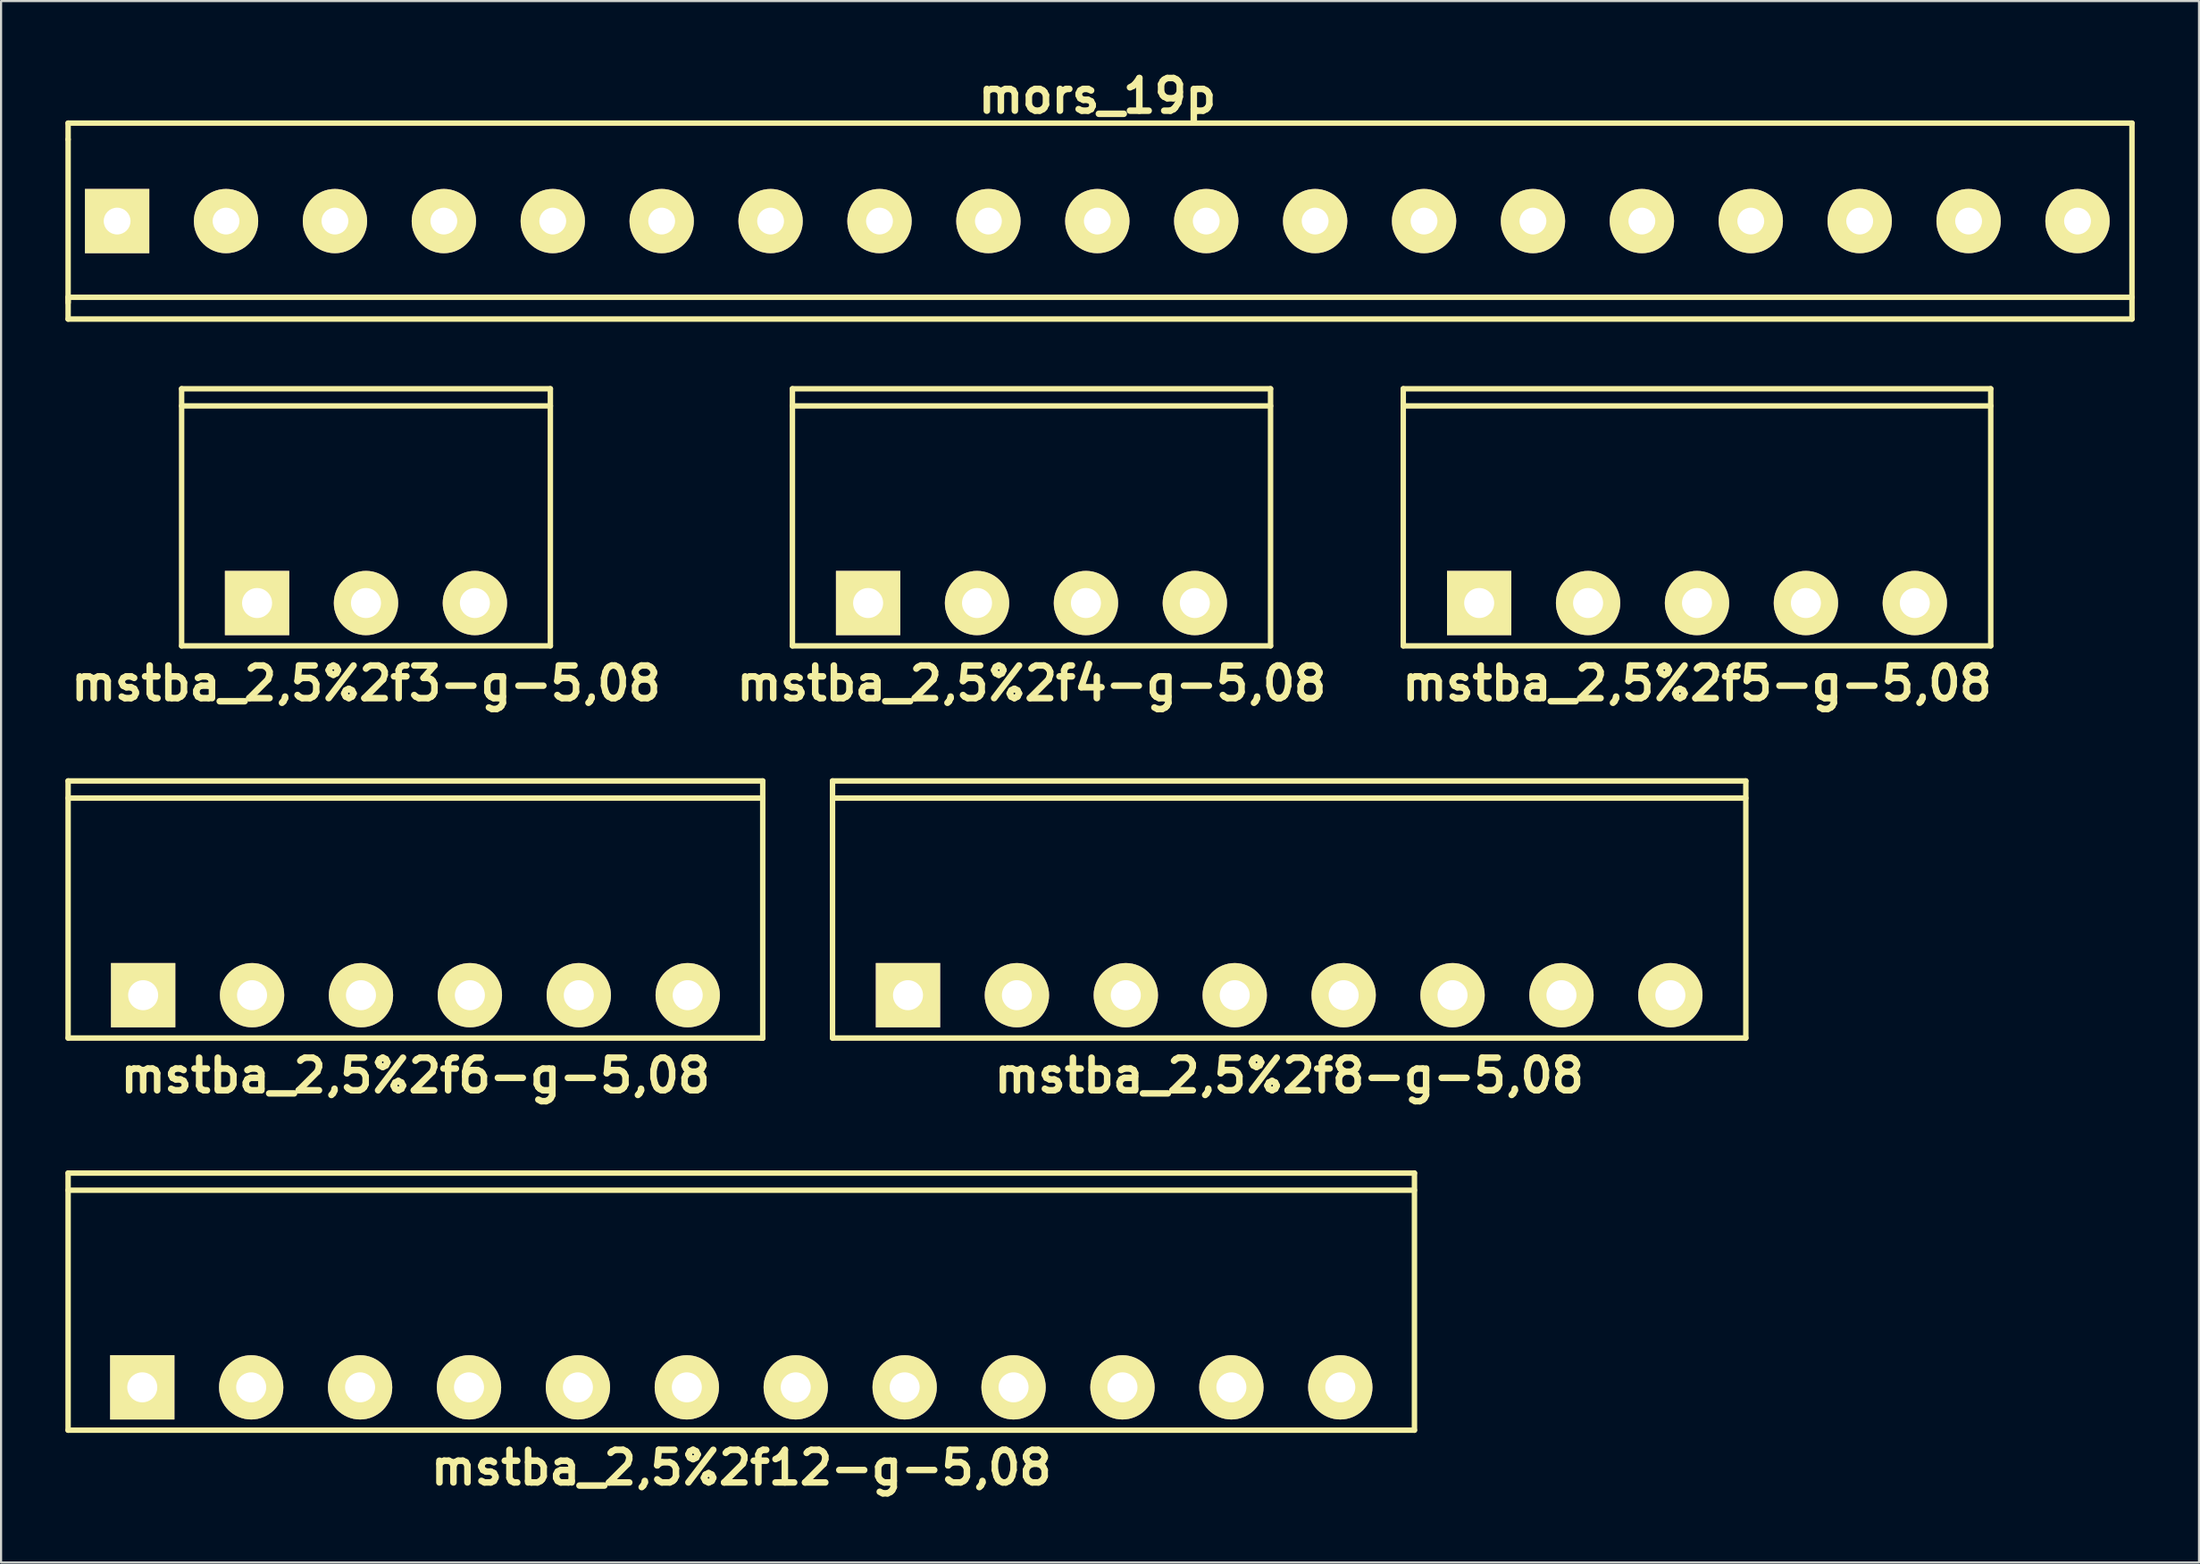
<source format=kicad_pcb>
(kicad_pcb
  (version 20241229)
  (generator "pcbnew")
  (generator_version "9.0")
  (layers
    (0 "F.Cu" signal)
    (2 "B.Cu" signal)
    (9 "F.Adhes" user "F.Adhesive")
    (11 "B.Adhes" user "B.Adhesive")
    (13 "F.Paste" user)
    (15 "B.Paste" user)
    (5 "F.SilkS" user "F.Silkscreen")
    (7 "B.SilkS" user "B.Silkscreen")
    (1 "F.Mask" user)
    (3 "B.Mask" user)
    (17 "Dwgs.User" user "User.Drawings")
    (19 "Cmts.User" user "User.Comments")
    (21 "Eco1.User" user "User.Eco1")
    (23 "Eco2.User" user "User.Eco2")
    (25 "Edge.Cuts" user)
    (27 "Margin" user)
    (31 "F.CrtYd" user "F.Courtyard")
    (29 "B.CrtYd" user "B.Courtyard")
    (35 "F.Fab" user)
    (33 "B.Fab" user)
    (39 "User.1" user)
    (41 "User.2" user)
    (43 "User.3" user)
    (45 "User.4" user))
  (footprint "mstba_2,5%2f3-g-5,08"
    (layer "F.Cu")
    (at 14.021 25.094)
    (property "Reference" "mstba_2,5%2f3-g-5,08" (at 0 3.749 0) (layer "F.SilkS") (effects (font (size 1.524 1.524) (thickness 0.305))))
    (attr through_hole)
    (fp_line (start -8.6 -9.2) (end 8.6 -9.2) (stroke (width 0.254) (type solid)) (layer "F.SilkS"))
    (fp_line (start -8.6 1.999) (end -8.6 -10) (stroke (width 0.254) (type solid)) (layer "F.SilkS"))
    (fp_line (start -8.6 1.999) (end 8.6 1.999) (stroke (width 0.254) (type solid)) (layer "F.SilkS"))
    (fp_line (start 8.6 -10) (end -8.6 -10) (stroke (width 0.254) (type solid)) (layer "F.SilkS"))
    (fp_line (start 8.6 1.999) (end 8.6 -10) (stroke (width 0.254) (type solid)) (layer "F.SilkS"))
    (pad "1" thru_hole rect (at -5.08 0) (size 3 3) (drill 1.4) (layers "*.Cu" "*.Mask" "F.SilkS"))
    (pad "2" thru_hole circle (at 0 0) (size 3 3) (drill 1.4) (layers "*.Cu" "*.Mask" "F.SilkS"))
    (pad "3" thru_hole circle (at 5.08 0) (size 3 3) (drill 1.4) (layers "*.Cu" "*.Mask" "F.SilkS")))
  (footprint "mstba_2,5%2f5-g-5,08"
    (layer "F.Cu")
    (at 76.104 25.094)
    (property "Reference" "mstba_2,5%2f5-g-5,08" (at 0 3.749 0) (layer "F.SilkS") (effects (font (size 1.524 1.524) (thickness 0.305))))
    (attr through_hole)
    (fp_line (start -13.701 -10) (end 13.701 -10) (stroke (width 0.254) (type solid)) (layer "F.SilkS"))
    (fp_line (start -13.701 1.999) (end -13.701 -10) (stroke (width 0.254) (type solid)) (layer "F.SilkS"))
    (fp_line (start -13.701 1.999) (end 13.701 1.999) (stroke (width 0.254) (type solid)) (layer "F.SilkS"))
    (fp_line (start 13.701 -10) (end 13.701 1.999) (stroke (width 0.254) (type solid)) (layer "F.SilkS"))
    (fp_line (start 13.701 -9.2) (end -13.701 -9.2) (stroke (width 0.254) (type solid)) (layer "F.SilkS"))
    (pad "1" thru_hole rect (at -10.16 0) (size 3 3) (drill 1.4) (layers "*.Cu" "*.Mask" "F.SilkS"))
    (pad "2" thru_hole circle (at -5.08 0) (size 3 3) (drill 1.4) (layers "*.Cu" "*.Mask" "F.SilkS"))
    (pad "3" thru_hole circle (at 0 0) (size 3 3) (drill 1.4) (layers "*.Cu" "*.Mask" "F.SilkS"))
    (pad "4" thru_hole circle (at 5.08 0) (size 3 3) (drill 1.4) (layers "*.Cu" "*.Mask" "F.SilkS"))
    (pad "5" thru_hole circle (at 10.16 0) (size 3 3) (drill 1.4) (layers "*.Cu" "*.Mask" "F.SilkS")))
  (footprint "mstba_2,5%2f12-g-5,08"
    (layer "F.Cu")
    (at 31.526 61.699)
    (property "Reference" "mstba_2,5%2f12-g-5,08" (at 0 3.749 0) (layer "F.SilkS") (effects (font (size 1.524 1.524) (thickness 0.305))))
    (attr through_hole)
    (fp_line (start -31.399 -10) (end -31.399 1.999) (stroke (width 0.254) (type solid)) (layer "F.SilkS"))
    (fp_line (start -31.399 -9.2) (end 31.399 -9.2) (stroke (width 0.254) (type solid)) (layer "F.SilkS"))
    (fp_line (start -31.399 1.999) (end 31.399 1.999) (stroke (width 0.254) (type solid)) (layer "F.SilkS"))
    (fp_line (start 31.399 -10) (end -31.399 -10) (stroke (width 0.254) (type solid)) (layer "F.SilkS"))
    (fp_line (start 31.399 1.999) (end 31.399 -10) (stroke (width 0.254) (type solid)) (layer "F.SilkS"))
    (pad "1" thru_hole rect (at -27.94 0) (size 3 3) (drill 1.4) (layers "*.Cu" "*.Mask" "F.SilkS"))
    (pad "2" thru_hole circle (at -22.86 0) (size 3 3) (drill 1.4) (layers "*.Cu" "*.Mask" "F.SilkS"))
    (pad "3" thru_hole circle (at -17.78 0) (size 3 3) (drill 1.4) (layers "*.Cu" "*.Mask" "F.SilkS"))
    (pad "4" thru_hole circle (at -12.7 0) (size 3 3) (drill 1.4) (layers "*.Cu" "*.Mask" "F.SilkS"))
    (pad "5" thru_hole circle (at -7.62 0) (size 3 3) (drill 1.4) (layers "*.Cu" "*.Mask" "F.SilkS"))
    (pad "6" thru_hole circle (at -2.54 0) (size 3 3) (drill 1.4) (layers "*.Cu" "*.Mask" "F.SilkS"))
    (pad "7" thru_hole circle (at 2.54 0) (size 3 3) (drill 1.4) (layers "*.Cu" "*.Mask" "F.SilkS"))
    (pad "8" thru_hole circle (at 7.62 0) (size 3 3) (drill 1.4) (layers "*.Cu" "*.Mask" "F.SilkS"))
    (pad "9" thru_hole circle (at 12.7 0) (size 3 3) (drill 1.4) (layers "*.Cu" "*.Mask" "F.SilkS"))
    (pad "10" thru_hole circle (at 17.78 0) (size 3 3) (drill 1.4) (layers "*.Cu" "*.Mask" "F.SilkS"))
    (pad "11" thru_hole circle (at 22.86 0) (size 3 3) (drill 1.4) (layers "*.Cu" "*.Mask" "F.SilkS"))
    (pad "12" thru_hole circle (at 27.94 0) (size 3 3) (drill 1.4) (layers "*.Cu" "*.Mask" "F.SilkS")))
  (footprint "mstba_2,5%2f6-g-5,08"
    (layer "F.Cu")
    (at 16.327 43.397)
    (property "Reference" "mstba_2,5%2f6-g-5,08" (at 0 3.749 0) (layer "F.SilkS") (effects (font (size 1.524 1.524) (thickness 0.305))))
    (attr through_hole)
    (fp_line (start -16.2 -10) (end 16.2 -10) (stroke (width 0.254) (type solid)) (layer "F.SilkS"))
    (fp_line (start -16.2 1.999) (end -16.2 -10) (stroke (width 0.254) (type solid)) (layer "F.SilkS"))
    (fp_line (start -16.2 1.999) (end 16.2 1.999) (stroke (width 0.254) (type solid)) (layer "F.SilkS"))
    (fp_line (start 16.2 -10) (end 16.2 1.999) (stroke (width 0.254) (type solid)) (layer "F.SilkS"))
    (fp_line (start 16.2 -9.2) (end -16.2 -9.2) (stroke (width 0.254) (type solid)) (layer "F.SilkS"))
    (fp_line (start 16.2 1.999) (end 16.101 1.999) (stroke (width 0.254) (type solid)) (layer "F.SilkS"))
    (pad "1" thru_hole rect (at -12.7 0) (size 3 3) (drill 1.4) (layers "*.Cu" "*.Mask" "F.SilkS"))
    (pad "2" thru_hole circle (at -7.62 0) (size 3 3) (drill 1.4) (layers "*.Cu" "*.Mask" "F.SilkS"))
    (pad "3" thru_hole circle (at -2.54 0) (size 3 3) (drill 1.4) (layers "*.Cu" "*.Mask" "F.SilkS"))
    (pad "4" thru_hole circle (at 2.54 0) (size 3 3) (drill 1.4) (layers "*.Cu" "*.Mask" "F.SilkS"))
    (pad "5" thru_hole circle (at 7.62 0) (size 3 3) (drill 1.4) (layers "*.Cu" "*.Mask" "F.SilkS"))
    (pad "6" thru_hole circle (at 12.7 0) (size 3 3) (drill 1.4) (layers "*.Cu" "*.Mask" "F.SilkS")))
  (footprint "mstba_2,5%2f8-g-5,08"
    (layer "F.Cu")
    (at 57.082 43.397)
    (property "Reference" "mstba_2,5%2f8-g-5,08" (at 0 3.749 0) (layer "F.SilkS") (effects (font (size 1.524 1.524) (thickness 0.305))))
    (attr through_hole)
    (fp_line (start -21.3 -10) (end -21.3 1.999) (stroke (width 0.254) (type solid)) (layer "F.SilkS"))
    (fp_line (start -21.3 -9.2) (end 21.3 -9.2) (stroke (width 0.254) (type solid)) (layer "F.SilkS"))
    (fp_line (start -21.3 1.999) (end 21.3 1.999) (stroke (width 0.254) (type solid)) (layer "F.SilkS"))
    (fp_line (start 21.3 -10) (end -21.3 -10) (stroke (width 0.254) (type solid)) (layer "F.SilkS"))
    (fp_line (start 21.3 1.999) (end 21.3 -10) (stroke (width 0.254) (type solid)) (layer "F.SilkS"))
    (pad "1" thru_hole rect (at -17.78 0) (size 3 3) (drill 1.4) (layers "*.Cu" "*.Mask" "F.SilkS"))
    (pad "2" thru_hole circle (at -12.7 0) (size 3 3) (drill 1.4) (layers "*.Cu" "*.Mask" "F.SilkS"))
    (pad "3" thru_hole circle (at -7.62 0) (size 3 3) (drill 1.4) (layers "*.Cu" "*.Mask" "F.SilkS"))
    (pad "4" thru_hole circle (at -2.54 0) (size 3 3) (drill 1.4) (layers "*.Cu" "*.Mask" "F.SilkS"))
    (pad "5" thru_hole circle (at 2.54 0) (size 3 3) (drill 1.4) (layers "*.Cu" "*.Mask" "F.SilkS"))
    (pad "6" thru_hole circle (at 7.62 0) (size 3 3) (drill 1.4) (layers "*.Cu" "*.Mask" "F.SilkS"))
    (pad "7" thru_hole circle (at 12.7 0) (size 3 3) (drill 1.4) (layers "*.Cu" "*.Mask" "F.SilkS"))
    (pad "8" thru_hole circle (at 17.78 0) (size 3 3) (drill 1.4) (layers "*.Cu" "*.Mask" "F.SilkS")))
  (footprint "mors_19p"
    (layer "F.Cu")
    (at 48.133 7.268)
    (property "Reference" "mors_19p" (at 0 -5.842 0) (layer "F.SilkS") (effects (font (size 1.524 1.524) (thickness 0.305))))
    (attr through_hole)
    (fp_line (start -48.006 -4.572) (end -48.006 -3.81) (stroke (width 0.254) (type solid)) (layer "F.SilkS"))
    (fp_line (start -48.006 3.81) (end -48.006 -3.81) (stroke (width 0.254) (type solid)) (layer "F.SilkS"))
    (fp_line (start -48.006 4.572) (end -48.006 3.556) (stroke (width 0.254) (type solid)) (layer "F.SilkS"))
    (fp_line (start -48.006 4.572) (end 48.26 4.572) (stroke (width 0.254) (type solid)) (layer "F.SilkS"))
    (fp_line (start 48.26 -4.572) (end -48.006 -4.572) (stroke (width 0.254) (type solid)) (layer "F.SilkS"))
    (fp_line (start 48.26 -4.572) (end 48.26 4.572) (stroke (width 0.254) (type solid)) (layer "F.SilkS"))
    (fp_line (start 48.26 3.556) (end -48.006 3.556) (stroke (width 0.254) (type solid)) (layer "F.SilkS"))
    (pad "1" thru_hole rect (at -45.72 0) (size 3 3) (drill 1.25) (layers "*.Cu" "*.Mask" "F.SilkS"))
    (pad "2" thru_hole circle (at -40.64 0) (size 3 3) (drill 1.25) (layers "*.Cu" "*.Mask" "F.SilkS"))
    (pad "3" thru_hole circle (at -35.56 0) (size 3 3) (drill 1.25) (layers "*.Cu" "*.Mask" "F.SilkS"))
    (pad "4" thru_hole circle (at -30.48 0) (size 3 3) (drill 1.25) (layers "*.Cu" "*.Mask" "F.SilkS"))
    (pad "5" thru_hole circle (at -25.4 0) (size 3 3) (drill 1.25) (layers "*.Cu" "*.Mask" "F.SilkS"))
    (pad "6" thru_hole circle (at -20.32 0) (size 3 3) (drill 1.25) (layers "*.Cu" "*.Mask" "F.SilkS"))
    (pad "7" thru_hole circle (at -15.24 0) (size 3 3) (drill 1.25) (layers "*.Cu" "*.Mask" "F.SilkS"))
    (pad "8" thru_hole circle (at -10.16 0) (size 3 3) (drill 1.25) (layers "*.Cu" "*.Mask" "F.SilkS"))
    (pad "9" thru_hole circle (at -5.08 0) (size 3 3) (drill 1.25) (layers "*.Cu" "*.Mask" "F.SilkS"))
    (pad "10" thru_hole circle (at 0 0) (size 3 3) (drill 1.25) (layers "*.Cu" "*.Mask" "F.SilkS"))
    (pad "11" thru_hole circle (at 5.08 0) (size 3 3) (drill 1.25) (layers "*.Cu" "*.Mask" "F.SilkS"))
    (pad "12" thru_hole circle (at 10.16 0) (size 3 3) (drill 1.25) (layers "*.Cu" "*.Mask" "F.SilkS"))
    (pad "13" thru_hole circle (at 15.24 0) (size 3 3) (drill 1.25) (layers "*.Cu" "*.Mask" "F.SilkS"))
    (pad "14" thru_hole circle (at 20.32 0) (size 3 3) (drill 1.25) (layers "*.Cu" "*.Mask" "F.SilkS"))
    (pad "15" thru_hole circle (at 25.4 0) (size 3 3) (drill 1.25) (layers "*.Cu" "*.Mask" "F.SilkS"))
    (pad "16" thru_hole circle (at 30.48 0) (size 3 3) (drill 1.25) (layers "*.Cu" "*.Mask" "F.SilkS"))
    (pad "17" thru_hole circle (at 35.56 0) (size 3 3) (drill 1.25) (layers "*.Cu" "*.Mask" "F.SilkS"))
    (pad "18" thru_hole circle (at 40.64 0) (size 3 3) (drill 1.25) (layers "*.Cu" "*.Mask" "F.SilkS"))
    (pad "19" thru_hole circle (at 45.72 0) (size 3 3) (drill 1.25) (layers "*.Cu" "*.Mask" "F.SilkS")))
  (footprint "mstba_2,5%2f4-g-5,08"
    (layer "F.Cu")
    (at 45.062 25.094)
    (property "Reference" "mstba_2,5%2f4-g-5,08" (at 0 3.749 0) (layer "F.SilkS") (effects (font (size 1.524 1.524) (thickness 0.305))))
    (attr through_hole)
    (fp_line (start -11.151 -9.2) (end 11.151 -9.2) (stroke (width 0.254) (type solid)) (layer "F.SilkS"))
    (fp_line (start -11.151 1.999) (end -11.151 -10) (stroke (width 0.254) (type solid)) (layer "F.SilkS"))
    (fp_line (start -11.151 1.999) (end 11.151 1.999) (stroke (width 0.254) (type solid)) (layer "F.SilkS"))
    (fp_line (start 11.151 -10) (end -11.151 -10) (stroke (width 0.254) (type solid)) (layer "F.SilkS"))
    (fp_line (start 11.151 1.999) (end 11.151 -10) (stroke (width 0.254) (type solid)) (layer "F.SilkS"))
    (pad "1" thru_hole rect (at -7.62 0) (size 3 3) (drill 1.4) (layers "*.Cu" "*.Mask" "F.SilkS"))
    (pad "2" thru_hole circle (at -2.54 0) (size 3 3) (drill 1.4) (layers "*.Cu" "*.Mask" "F.SilkS"))
    (pad "3" thru_hole circle (at 2.54 0) (size 3 3) (drill 1.4) (layers "*.Cu" "*.Mask" "F.SilkS"))
    (pad "4" thru_hole circle (at 7.62 0) (size 3 3) (drill 1.4) (layers "*.Cu" "*.Mask" "F.SilkS")))
  (gr_rect
    (start -3 -3)
    (end 99.52 69.875)
    (stroke (width 0.1) (type default))
    (fill no)
    (layer "Edge.Cuts")))
</source>
